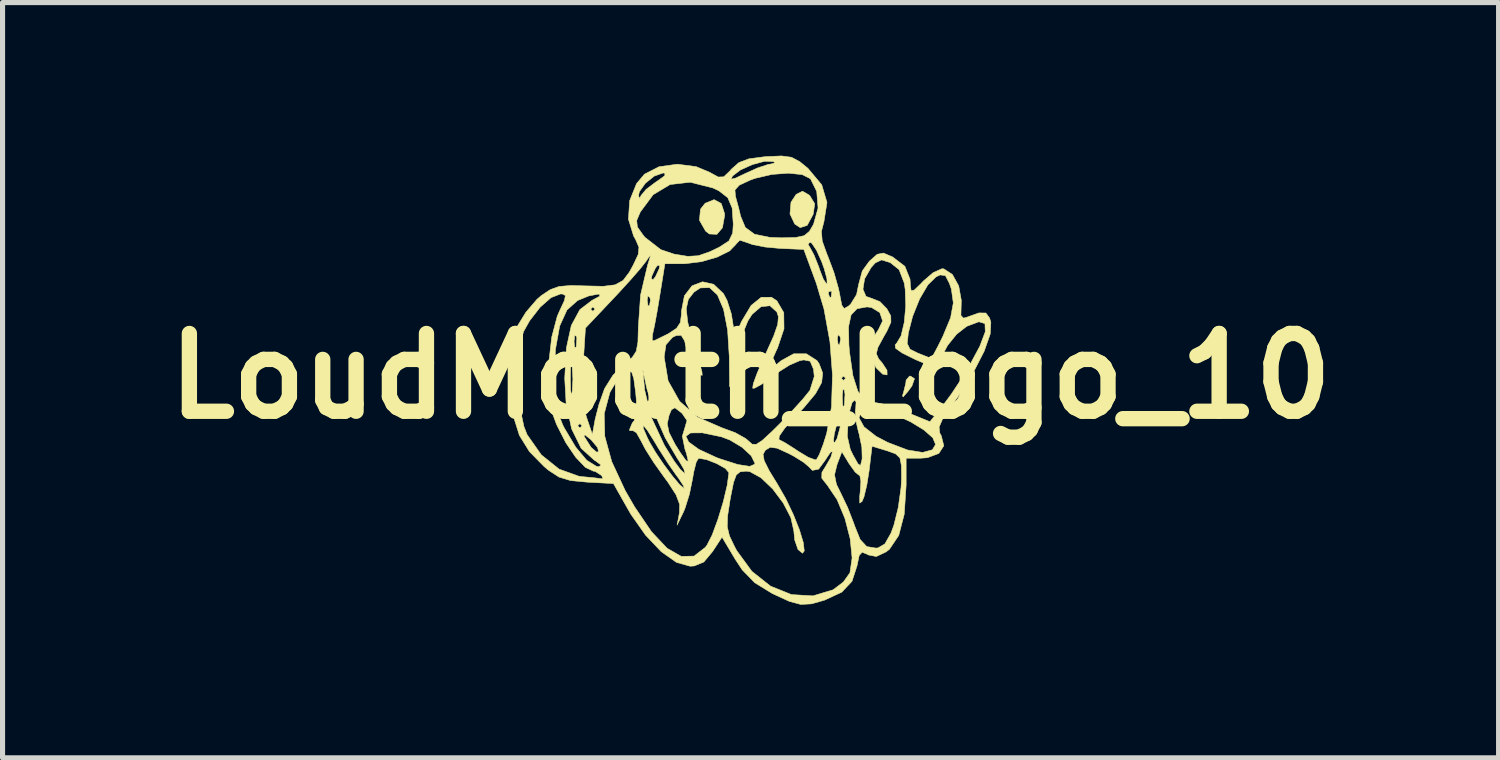
<source format=kicad_pcb>
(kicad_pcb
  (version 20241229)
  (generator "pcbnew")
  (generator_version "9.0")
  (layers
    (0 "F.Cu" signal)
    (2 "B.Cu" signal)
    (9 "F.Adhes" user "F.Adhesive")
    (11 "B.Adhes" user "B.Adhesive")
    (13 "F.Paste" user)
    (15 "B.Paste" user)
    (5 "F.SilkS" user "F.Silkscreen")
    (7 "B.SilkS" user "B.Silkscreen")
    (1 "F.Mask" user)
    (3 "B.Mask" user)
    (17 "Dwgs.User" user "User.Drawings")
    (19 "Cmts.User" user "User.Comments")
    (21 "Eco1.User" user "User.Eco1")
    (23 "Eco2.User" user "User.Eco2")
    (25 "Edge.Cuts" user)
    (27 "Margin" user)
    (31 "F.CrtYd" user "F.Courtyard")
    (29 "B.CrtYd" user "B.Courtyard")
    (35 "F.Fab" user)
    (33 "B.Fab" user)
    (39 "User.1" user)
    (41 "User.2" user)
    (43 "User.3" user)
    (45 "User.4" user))
  (footprint "LoudMouth_Logo_10"
    (layer "F.Cu")
    (at 11.655 4.318)
    (property "Reference" "LoudMouth_Logo_10" (at 0 0 0) (layer "F.SilkS") (effects (font (size 1.524 1.524) (thickness 0.3))))
    (attr through_hole)
    (fp_poly (pts (xy 3.212 0.051) (xy 3.162 0.193) (xy 3.083 0.301) (xy 2.989 0.409) (xy 2.977 0.385) (xy 2.999 0.311) (xy 3.041 0.141) (xy 3.048 0.078) (xy 3.113 0.002) (xy 3.133 0) (xy 3.212 0.051)) (stroke (width 0.01) (type solid)) (fill yes) (layer "F.SilkS"))
    (fp_poly (pts (xy -0.574 -3.381) (xy -0.509 -3.183) (xy -0.508 -3.146) (xy -0.551 -2.905) (xy -0.66 -2.777) (xy -0.807 -2.784) (xy -0.88 -2.839) (xy -1.002 -3.053) (xy -0.981 -3.27) (xy -0.89 -3.386) (xy -0.714 -3.457) (xy -0.574 -3.381)) (stroke (width 0.01) (type solid)) (fill yes) (layer "F.SilkS"))
    (fp_poly (pts (xy 1.142 -3.55) (xy 1.164 -3.529) (xy 1.257 -3.376) (xy 1.228 -3.176) (xy 1.223 -3.162) (xy 1.109 -2.952) (xy 0.973 -2.908) (xy 0.865 -2.979) (xy 0.772 -3.176) (xy 0.792 -3.406) (xy 0.893 -3.56) (xy 1.018 -3.622) (xy 1.142 -3.55)) (stroke (width 0.01) (type solid)) (fill yes) (layer "F.SilkS"))
    (fp_poly (pts (xy 0.801 -4.287) (xy 0.961 -4.203) (xy 1.124 -4.07) (xy 1.394 -3.748) (xy 1.497 -3.401) (xy 1.438 -3.029) (xy 1.388 -2.833) (xy 1.404 -2.646) (xy 1.494 -2.395) (xy 1.516 -2.342) (xy 1.634 -2.028) (xy 1.724 -1.711) (xy 1.747 -1.598) (xy 1.787 -1.39) (xy 1.833 -1.323) (xy 1.917 -1.37) (xy 1.959 -1.407) (xy 2.077 -1.597) (xy 2.117 -1.795) (xy 2.189 -2.06) (xy 2.327 -2.25) (xy 2.481 -2.386) (xy 2.603 -2.41) (xy 2.774 -2.338) (xy 2.783 -2.334) (xy 3.023 -2.151) (xy 3.124 -1.898) (xy 3.133 -1.762) (xy 3.146 -1.671) (xy 3.207 -1.685) (xy 3.342 -1.815) (xy 3.384 -1.86) (xy 3.577 -2.026) (xy 3.746 -2.102) (xy 3.785 -2.101) (xy 3.954 -1.991) (xy 4.078 -1.767) (xy 4.129 -1.483) (xy 4.126 -1.373) (xy 4.121 -1.188) (xy 4.171 -1.135) (xy 4.229 -1.15) (xy 4.472 -1.237) (xy 4.61 -1.236) (xy 4.683 -1.137) (xy 4.708 -1.054) (xy 4.695 -0.823) (xy 4.578 -0.489) (xy 4.366 -0.075) (xy 4.069 0.396) (xy 3.92 0.609) (xy 3.76 0.846) (xy 3.694 0.999) (xy 3.707 1.115) (xy 3.738 1.174) (xy 3.786 1.366) (xy 3.688 1.516) (xy 3.466 1.599) (xy 3.334 1.609) (xy 3.048 1.609) (xy 3.048 2.138) (xy 3.011 2.705) (xy 2.903 3.122) (xy 2.721 3.393) (xy 2.654 3.445) (xy 2.464 3.535) (xy 2.31 3.505) (xy 2.288 3.492) (xy 2.186 3.451) (xy 2.128 3.515) (xy 2.086 3.717) (xy 1.987 4.021) (xy 1.786 4.234) (xy 1.449 4.39) (xy 1.448 4.391) (xy 1.192 4.463) (xy 0.983 4.474) (xy 0.759 4.414) (xy 0.46 4.276) (xy 0.417 4.255) (xy 0.082 4.049) (xy -0.163 3.797) (xy -0.301 3.588) (xy -0.559 3.155) (xy -0.746 3.44) (xy -0.916 3.643) (xy -1.103 3.72) (xy -1.186 3.725) (xy -1.452 3.65) (xy -1.751 3.439) (xy -2.057 3.117) (xy -2.345 2.707) (xy -2.402 2.608) (xy -2.686 2.106) (xy -3.205 2.078) (xy -3.527 2.047) (xy -3.754 1.978) (xy -3.957 1.846) (xy -4.043 1.774) (xy -4.333 1.479) (xy -4.529 1.162) (xy -4.65 0.778) (xy -4.714 0.281) (xy -4.722 0.158) (xy -4.737 -0.214) (xy -4.558 -0.214) (xy -4.555 0.215) (xy -4.515 0.635) (xy -4.441 0.987) (xy -4.379 1.146) (xy -4.1 1.543) (xy -3.751 1.823) (xy -3.364 1.962) (xy -3.302 1.97) (xy -3.068 1.992) (xy -2.919 2.011) (xy -2.895 2.017) (xy -2.904 1.977) (xy -2.921 1.947) (xy -3.045 1.867) (xy -3.079 1.863) (xy -3.236 1.789) (xy -3.425 1.592) (xy -3.62 1.305) (xy -3.794 0.963) (xy -3.807 0.933) (xy -3.907 0.664) (xy -3.959 0.419) (xy -3.973 0.133) (xy -3.967 0) (xy -3.846 0) (xy -3.834 0.394) (xy -3.784 0.688) (xy -3.683 0.95) (xy -3.65 1.016) (xy -3.425 1.393) (xy -3.209 1.65) (xy -3.018 1.769) (xy -2.97 1.775) (xy -2.929 1.743) (xy -3.039 1.661) (xy -3.058 1.651) (xy -3.319 1.415) (xy -3.44 1.169) (xy -3.266 1.169) (xy -3.258 1.185) (xy -3.124 1.397) (xy -3.016 1.49) (xy -2.977 1.481) (xy -2.999 1.398) (xy -3.114 1.26) (xy -3.128 1.246) (xy -3.241 1.154) (xy -3.266 1.169) (xy -3.44 1.169) (xy -3.505 1.037) (xy -3.519 0.974) (xy -3.387 0.974) (xy -3.344 1.016) (xy -3.302 0.974) (xy -3.344 0.931) (xy -3.387 0.974) (xy -3.519 0.974) (xy -3.564 0.762) (xy -3.471 0.762) (xy -3.44 0.832) (xy -3.415 0.818) (xy -3.405 0.718) (xy -3.415 0.706) (xy -3.465 0.717) (xy -3.471 0.762) (xy -3.564 0.762) (xy -3.614 0.531) (xy -3.641 0.045) (xy -3.641 0.042) (xy -3.53 0.042) (xy -3.525 0.267) (xy -3.513 0.366) (xy -3.498 0.324) (xy -3.289 0.324) (xy -3.236 0.729) (xy -3.212 0.812) (xy -3.099 1.143) (xy -3.045 0.847) (xy -3.017 0.736) (xy -2.867 0.736) (xy -2.856 1.179) (xy -2.72 1.676) (xy -2.455 2.245) (xy -2.272 2.562) (xy -1.941 3.049) (xy -1.636 3.373) (xy -1.358 3.532) (xy -1.107 3.527) (xy -0.887 3.356) (xy -0.854 3.312) (xy -0.753 3.114) (xy -0.693 2.952) (xy -0.457 2.952) (xy -0.414 3.13) (xy -0.313 3.342) (xy -0.271 3.42) (xy 0.025 3.825) (xy 0.392 4.116) (xy 0.802 4.281) (xy 1.223 4.306) (xy 1.617 4.187) (xy 1.818 4.035) (xy 1.946 3.855) (xy 1.947 3.854) (xy 1.989 3.564) (xy 1.952 3.191) (xy 1.849 2.791) (xy 1.696 2.423) (xy 1.508 2.144) (xy 1.395 2) (xy 1.396 1.934) (xy 1.645 1.934) (xy 1.683 2.122) (xy 1.763 2.284) (xy 1.902 2.575) (xy 2.024 2.889) (xy 2.034 2.921) (xy 2.146 3.2) (xy 2.276 3.34) (xy 2.454 3.37) (xy 2.498 3.366) (xy 2.631 3.288) (xy 2.751 3.077) (xy 2.808 2.921) (xy 2.894 2.574) (xy 2.948 2.184) (xy 2.957 2.025) (xy 2.955 1.755) (xy 2.926 1.604) (xy 2.842 1.524) (xy 2.68 1.465) (xy 2.672 1.463) (xy 2.38 1.374) (xy 2.323 1.851) (xy 2.277 2.138) (xy 2.222 2.366) (xy 2.185 2.455) (xy 2.139 2.488) (xy 2.137 2.364) (xy 2.148 2.265) (xy 2.161 2.062) (xy 2.142 1.953) (xy 2.131 1.947) (xy 2.05 1.882) (xy 1.937 1.725) (xy 1.93 1.715) (xy 1.789 1.483) (xy 1.694 1.734) (xy 1.645 1.934) (xy 1.396 1.934) (xy 1.398 1.886) (xy 1.473 1.765) (xy 1.572 1.593) (xy 1.605 1.484) (xy 1.57 1.487) (xy 1.487 1.609) (xy 1.476 1.63) (xy 1.334 1.823) (xy 1.211 1.848) (xy 1.142 1.777) (xy 1.039 1.689) (xy 0.842 1.567) (xy 0.745 1.516) (xy 0.519 1.413) (xy 0.384 1.395) (xy 0.289 1.453) (xy 0.245 1.535) (xy 0.267 1.657) (xy 0.365 1.853) (xy 0.523 2.111) (xy 0.69 2.402) (xy 0.839 2.715) (xy 0.958 3.014) (xy 1.033 3.262) (xy 1.052 3.426) (xy 1.017 3.471) (xy 0.929 3.397) (xy 0.865 3.212) (xy 0.847 3.03) (xy 0.789 2.774) (xy 0.64 2.487) (xy 0.434 2.212) (xy 0.205 1.993) (xy -0.012 1.873) (xy -0.082 1.863) (xy -0.202 1.875) (xy -0.279 1.936) (xy -0.334 2.084) (xy -0.388 2.354) (xy -0.402 2.431) (xy -0.45 2.741) (xy -0.457 2.952) (xy -0.693 2.952) (xy -0.641 2.811) (xy -0.536 2.467) (xy -0.458 2.141) (xy -0.425 1.898) (xy -0.425 1.892) (xy -0.494 1.81) (xy -0.662 1.715) (xy -0.862 1.637) (xy -1.018 1.609) (xy -1.064 1.684) (xy -1.113 1.877) (xy -1.136 2.011) (xy -1.198 2.315) (xy -1.286 2.595) (xy -1.317 2.667) (xy -1.44 2.921) (xy -1.394 2.68) (xy -1.39 2.512) (xy -1.46 2.326) (xy -1.621 2.077) (xy -1.695 1.977) (xy -1.893 1.699) (xy -2.06 1.435) (xy -2.149 1.265) (xy -2.236 1.11) (xy -2.307 1.067) (xy -2.313 1.071) (xy -2.368 1.069) (xy -2.371 1.047) (xy -2.359 1.019) (xy -2.103 1.019) (xy -2.019 1.214) (xy -1.978 1.295) (xy -1.86 1.496) (xy -1.702 1.73) (xy -1.535 1.954) (xy -1.391 2.125) (xy -1.304 2.201) (xy -1.299 2.201) (xy -1.318 2.143) (xy -1.415 1.996) (xy -1.455 1.943) (xy -1.616 1.712) (xy -1.801 1.422) (xy -1.882 1.286) (xy -2.027 1.055) (xy -2.103 0.966) (xy -2.103 1.019) (xy -2.359 1.019) (xy -2.317 0.918) (xy -2.284 0.878) (xy -2.24 0.738) (xy -2.238 0.472) (xy -2.252 0.317) (xy -2.288 0.052) (xy -2.328 -0.076) (xy -2.389 -0.098) (xy -2.472 -0.057) (xy -2.617 0.087) (xy -2.748 0.305) (xy -2.758 0.328) (xy -2.867 0.736) (xy -3.017 0.736) (xy -2.971 0.558) (xy -2.866 0.261) (xy -2.86 0.245) (xy -2.698 -0.014) (xy -2.588 -0.127) (xy -2.112 -0.127) (xy -2.074 0.275) (xy -1.953 0.789) (xy -1.688 1.357) (xy -1.496 1.667) (xy -1.374 1.831) (xy -1.294 1.906) (xy -1.284 1.905) (xy -1.307 1.823) (xy -1.403 1.66) (xy -1.433 1.617) (xy -1.671 1.213) (xy -1.794 0.933) (xy -1.632 0.933) (xy -1.597 1.105) (xy -1.479 1.336) (xy -1.374 1.503) (xy -1.261 1.66) (xy -1.221 1.667) (xy -1.255 1.521) (xy -1.287 1.427) (xy -1.337 1.179) (xy -1.266 1.179) (xy -1.213 1.291) (xy -1.014 1.435) (xy -0.67 1.595) (xy -0.605 1.619) (xy -0.249 1.733) (xy -0.016 1.769) (xy 0.082 1.726) (xy 0.085 1.709) (xy 0.013 1.562) (xy -0.166 1.396) (xy -0.404 1.253) (xy -0.571 1.19) (xy -0.944 1.112) (xy -1.176 1.114) (xy -1.266 1.179) (xy -1.337 1.179) (xy -1.337 1.178) (xy -1.287 1.012) (xy -1.246 0.871) (xy -1.34 0.733) (xy -1.358 0.717) (xy -1.482 0.621) (xy -1.55 0.659) (xy -1.597 0.771) (xy -1.632 0.933) (xy -1.794 0.933) (xy -1.883 0.731) (xy -2.028 0.259) (xy -2.035 0.231) (xy -2.112 -0.127) (xy -2.588 -0.127) (xy -2.496 -0.221) (xy -1.915 -0.221) (xy -1.908 -0.169) (xy -1.873 0.089) (xy -1.864 0.25) (xy -1.84 0.387) (xy -1.777 0.371) (xy -1.744 0.227) (xy -1.818 -0.041) (xy -1.821 -0.048) (xy -1.888 -0.202) (xy -1.915 -0.221) (xy -2.496 -0.221) (xy -2.483 -0.234) (xy -2.465 -0.247) (xy -2.319 -0.365) (xy -2.312 -0.375) (xy -1.693 -0.375) (xy -1.615 0.094) (xy -1.39 0.494) (xy -1.034 0.807) (xy -0.564 1.012) (xy -0.302 1.108) (xy -0.095 1.224) (xy -0.044 1.268) (xy 0.031 1.334) (xy 0.112 1.337) (xy 0.23 1.26) (xy 0.416 1.088) (xy 0.565 0.941) (xy 0.809 0.688) (xy 1.019 0.457) (xy 1.153 0.292) (xy 1.164 0.276) (xy 1.248 0.007) (xy 1.233 -0.135) (xy 1.167 -0.291) (xy 1.041 -0.317) (xy 0.96 -0.3) (xy 0.763 -0.215) (xy 0.518 -0.061) (xy 0.413 0.018) (xy 0.217 0.161) (xy 0.078 0.237) (xy 0.041 0.238) (xy 0.054 0.147) (xy 0.129 -0.057) (xy 0.25 -0.337) (xy 0.301 -0.447) (xy 0.453 -0.785) (xy 0.532 -1.012) (xy 0.545 -1.164) (xy 0.515 -1.256) (xy 0.38 -1.378) (xy 0.205 -1.359) (xy 0.03 -1.21) (xy -0.053 -1.08) (xy -0.143 -0.857) (xy -0.238 -0.547) (xy -0.297 -0.307) (xy -0.41 0.212) (xy -0.417 -0.381) (xy -0.45 -0.901) (xy -0.529 -1.308) (xy -0.649 -1.589) (xy -0.804 -1.733) (xy -0.985 -1.727) (xy -1.108 -1.645) (xy -1.219 -1.503) (xy -1.26 -1.319) (xy -1.232 -1.059) (xy -1.135 -0.686) (xy -1.102 -0.579) (xy -1.004 -0.266) (xy -0.953 -0.087) (xy -0.947 -0.015) (xy -0.982 -0.023) (xy -1.053 -0.08) (xy -1.156 -0.231) (xy -1.232 -0.45) (xy -1.294 -0.693) (xy -1.359 -0.798) (xy -1.456 -0.794) (xy -1.529 -0.759) (xy -1.658 -0.613) (xy -1.693 -0.375) (xy -2.312 -0.375) (xy -2.239 -0.489) (xy -2.206 -0.674) (xy -2.206 -0.702) (xy -1.927 -0.702) (xy -1.893 -0.691) (xy -1.61 -0.83) (xy -1.449 -0.937) (xy -1.375 -1.051) (xy -1.355 -1.207) (xy -1.355 -1.27) (xy -1.296 -1.574) (xy -1.146 -1.769) (xy -0.942 -1.847) (xy -0.724 -1.799) (xy -0.531 -1.616) (xy -0.46 -1.481) (xy -0.376 -1.216) (xy -0.337 -0.968) (xy -0.337 -0.955) (xy -0.33 -0.826) (xy -0.3 -0.822) (xy -0.229 -0.954) (xy -0.175 -1.073) (xy 0.011 -1.384) (xy 0.209 -1.544) (xy 0.409 -1.545) (xy 0.515 -1.475) (xy 0.651 -1.243) (xy 0.655 -0.927) (xy 0.528 -0.548) (xy 0.506 -0.505) (xy 0.404 -0.274) (xy 0.402 -0.179) (xy 0.501 -0.22) (xy 0.597 -0.3) (xy 0.843 -0.436) (xy 1.095 -0.436) (xy 1.301 -0.304) (xy 1.345 -0.239) (xy 1.413 -0.059) (xy 1.393 0.126) (xy 1.273 0.345) (xy 1.039 0.625) (xy 0.853 0.819) (xy 0.67 1.022) (xy 0.563 1.174) (xy 0.555 1.243) (xy 0.677 1.307) (xy 0.871 1.43) (xy 0.936 1.474) (xy 1.13 1.591) (xy 1.266 1.641) (xy 1.29 1.638) (xy 1.345 1.542) (xy 1.425 1.333) (xy 1.445 1.27) (xy 1.624 1.27) (xy 1.642 1.313) (xy 1.693 1.228) (xy 1.707 1.178) (xy 1.895 1.178) (xy 1.954 1.436) (xy 2.006 1.544) (xy 2.104 1.718) (xy 2.152 1.753) (xy 2.178 1.66) (xy 2.186 1.613) (xy 2.18 1.395) (xy 2.125 1.129) (xy 2.113 1.09) (xy 2.058 0.853) (xy 2.057 0.817) (xy 2.125 0.817) (xy 2.222 0.994) (xy 2.461 1.181) (xy 2.69 1.301) (xy 3.076 1.448) (xy 3.372 1.496) (xy 3.562 1.444) (xy 3.624 1.34) (xy 3.57 1.209) (xy 3.395 1.055) (xy 3.141 0.9) (xy 2.851 0.763) (xy 2.566 0.664) (xy 2.329 0.624) (xy 2.184 0.661) (xy 2.183 0.662) (xy 2.125 0.817) (xy 2.057 0.817) (xy 2.052 0.669) (xy 2.059 0.644) (xy 2.067 0.508) (xy 2.039 0.47) (xy 1.989 0.52) (xy 1.939 0.694) (xy 1.913 0.847) (xy 1.895 1.178) (xy 1.707 1.178) (xy 1.754 1.005) (xy 1.764 0.889) (xy 1.753 0.796) (xy 1.719 0.856) (xy 1.693 0.931) (xy 1.641 1.131) (xy 1.624 1.27) (xy 1.445 1.27) (xy 1.492 1.119) (xy 1.586 0.6) (xy 1.591 0.423) (xy 1.798 0.423) (xy 1.806 0.577) (xy 1.828 0.596) (xy 1.836 0.572) (xy 1.85 0.357) (xy 1.836 0.275) (xy 1.812 0.249) (xy 1.798 0.366) (xy 1.798 0.423) (xy 1.591 0.423) (xy 1.603 0.042) (xy 1.778 0.042) (xy 1.82 0.085) (xy 1.863 0.042) (xy 1.82 0) (xy 1.778 0.042) (xy 1.603 0.042) (xy 1.605 -0.015) (xy 1.555 -0.672) (xy 1.545 -0.727) (xy 1.7 -0.727) (xy 1.716 -0.617) (xy 1.744 -0.616) (xy 1.765 -0.729) (xy 1.751 -0.778) (xy 1.714 -0.81) (xy 1.7 -0.727) (xy 1.545 -0.727) (xy 1.501 -0.969) (xy 1.92 -0.969) (xy 1.927 -0.607) (xy 1.939 -0.466) (xy 2.005 -0.009) (xy 2.102 0.296) (xy 2.237 0.464) (xy 2.395 0.511) (xy 2.574 0.543) (xy 2.841 0.625) (xy 3.048 0.704) (xy 3.514 0.894) (xy 3.754 0.595) (xy 3.934 0.352) (xy 4.139 0.042) (xy 4.268 -0.169) (xy 4.49 -0.581) (xy 4.598 -0.867) (xy 4.592 -1.028) (xy 4.473 -1.064) (xy 4.241 -0.977) (xy 4.237 -0.976) (xy 4.038 -0.821) (xy 3.859 -0.599) (xy 3.737 -0.367) (xy 3.711 -0.194) (xy 3.654 -0.17) (xy 3.473 -0.22) (xy 3.235 -0.321) (xy 2.969 -0.453) (xy 2.841 -0.544) (xy 2.832 -0.613) (xy 2.857 -0.638) (xy 3.069 -0.638) (xy 3.123 -0.527) (xy 3.275 -0.451) (xy 3.449 -0.382) (xy 3.535 -0.348) (xy 3.535 -0.348) (xy 3.579 -0.412) (xy 3.673 -0.588) (xy 3.767 -0.778) (xy 3.919 -1.143) (xy 3.972 -1.433) (xy 3.934 -1.705) (xy 3.895 -1.818) (xy 3.817 -1.968) (xy 3.716 -1.982) (xy 3.634 -1.944) (xy 3.474 -1.787) (xy 3.313 -1.513) (xy 3.175 -1.17) (xy 3.091 -0.844) (xy 3.069 -0.638) (xy 2.857 -0.638) (xy 2.86 -0.64) (xy 2.949 -0.789) (xy 3.011 -1.052) (xy 3.04 -1.374) (xy 3.029 -1.701) (xy 3.012 -1.819) (xy 2.91 -2.085) (xy 2.737 -2.223) (xy 2.566 -2.276) (xy 2.442 -2.216) (xy 2.361 -2.125) (xy 2.234 -1.905) (xy 2.202 -1.702) (xy 2.262 -1.561) (xy 2.369 -1.524) (xy 2.535 -1.458) (xy 2.671 -1.318) (xy 2.747 -1.179) (xy 2.75 -1.055) (xy 2.672 -0.882) (xy 2.611 -0.775) (xy 2.496 -0.564) (xy 2.464 -0.439) (xy 2.508 -0.339) (xy 2.577 -0.26) (xy 2.673 -0.114) (xy 2.675 -0.022) (xy 2.588 -0.038) (xy 2.462 -0.16) (xy 2.454 -0.171) (xy 2.345 -0.441) (xy 2.383 -0.725) (xy 2.504 -0.908) (xy 2.587 -1.08) (xy 2.532 -1.244) (xy 2.369 -1.344) (xy 2.279 -1.355) (xy 2.087 -1.32) (xy 1.97 -1.199) (xy 1.92 -0.969) (xy 1.501 -0.969) (xy 1.438 -1.316) (xy 1.35 -1.609) (xy 1.524 -1.609) (xy 1.555 -1.539) (xy 1.58 -1.552) (xy 1.591 -1.653) (xy 1.58 -1.665) (xy 1.53 -1.653) (xy 1.524 -1.609) (xy 1.35 -1.609) (xy 1.29 -1.812) (xy 1.043 -2.481) (xy 0.575 -2.501) (xy 0.279 -2.529) (xy 0.031 -2.579) (xy 0.031 -2.579) (xy 1.127 -2.579) (xy 1.164 -2.519) (xy 1.243 -2.373) (xy 1.334 -2.145) (xy 1.352 -2.09) (xy 1.426 -1.898) (xy 1.486 -1.809) (xy 1.499 -1.81) (xy 1.496 -1.906) (xy 1.442 -2.105) (xy 1.394 -2.239) (xy 1.293 -2.463) (xy 1.2 -2.602) (xy 1.163 -2.625) (xy 1.127 -2.579) (xy 0.031 -2.579) (xy -0.065 -2.614) (xy -0.21 -2.662) (xy -0.283 -2.588) (xy -0.284 -2.583) (xy -0.411 -2.451) (xy -0.654 -2.331) (xy -0.962 -2.241) (xy -1.282 -2.202) (xy -1.315 -2.201) (xy -1.678 -2.201) (xy -1.777 -1.587) (xy -1.831 -1.262) (xy -1.882 -0.988) (xy -1.919 -0.82) (xy -1.92 -0.815) (xy -1.927 -0.702) (xy -2.206 -0.702) (xy -2.199 -0.958) (xy -2.162 -1.489) (xy -2.025 -1.489) (xy -2.01 -1.379) (xy -1.981 -1.378) (xy -1.961 -1.491) (xy -1.974 -1.54) (xy -2.012 -1.572) (xy -2.025 -1.489) (xy -2.162 -1.489) (xy -2.155 -1.589) (xy -2.081 -1.905) (xy -1.945 -1.905) (xy -1.91 -1.89) (xy -1.863 -1.947) (xy -1.791 -2.102) (xy -1.781 -2.159) (xy -1.816 -2.174) (xy -1.863 -2.117) (xy -1.934 -1.962) (xy -1.945 -1.905) (xy -2.081 -1.905) (xy -2.016 -2.179) (xy -1.995 -2.244) (xy -1.959 -2.362) (xy -1.988 -2.338) (xy -2.049 -2.246) (xy -2.155 -2.111) (xy -2.345 -1.892) (xy -2.586 -1.628) (xy -2.697 -1.51) (xy -3.235 -0.941) (xy -3.28 -0.23) (xy -3.289 0.324) (xy -3.498 0.324) (xy -3.496 0.319) (xy -3.481 0.062) (xy -3.495 -0.189) (xy -3.512 -0.259) (xy -3.525 -0.177) (xy -3.53 0.039) (xy -3.53 0.042) (xy -3.641 0.042) (xy -3.609 -0.547) (xy -3.581 -0.677) (xy -3.458 -0.677) (xy -3.445 -0.557) (xy -3.415 -0.572) (xy -3.404 -0.745) (xy -3.415 -0.783) (xy -3.446 -0.794) (xy -3.458 -0.677) (xy -3.581 -0.677) (xy -3.512 -0.992) (xy -3.345 -1.301) (xy -3.331 -1.312) (xy -3.133 -1.312) (xy -3.09 -1.27) (xy -3.048 -1.312) (xy -3.09 -1.355) (xy -3.133 -1.312) (xy -3.331 -1.312) (xy -3.105 -1.485) (xy -3.098 -1.488) (xy -2.953 -1.566) (xy -2.962 -1.603) (xy -2.989 -1.605) (xy -3.17 -1.57) (xy -3.388 -1.481) (xy -3.597 -1.295) (xy -3.74 -0.98) (xy -3.822 -0.525) (xy -3.846 0) (xy -3.967 0) (xy -3.957 -0.23) (xy -3.896 -0.762) (xy -3.788 -1.17) (xy -3.745 -1.269) (xy -3.648 -1.478) (xy -3.627 -1.577) (xy -3.681 -1.607) (xy -3.724 -1.609) (xy -3.909 -1.537) (xy -4.123 -1.349) (xy -4.329 -1.083) (xy -4.448 -0.871) (xy -4.523 -0.596) (xy -4.558 -0.214) (xy -4.737 -0.214) (xy -4.737 -0.224) (xy -4.727 -0.494) (xy -4.683 -0.707) (xy -4.598 -0.92) (xy -4.575 -0.968) (xy -4.401 -1.251) (xy -4.185 -1.503) (xy -4.101 -1.576) (xy -3.924 -1.694) (xy -3.75 -1.756) (xy -3.518 -1.775) (xy -3.242 -1.767) (xy -2.885 -1.759) (xy -2.653 -1.788) (xy -2.497 -1.874) (xy -2.375 -2.036) (xy -2.297 -2.179) (xy -2.201 -2.384) (xy -2.187 -2.523) (xy -2.253 -2.677) (xy -2.292 -2.745) (xy -2.385 -3.048) (xy -2.231 -3.048) (xy -2.217 -2.92) (xy -2.102 -2.758) (xy -2.07 -2.719) (xy -1.758 -2.477) (xy -1.499 -2.39) (xy -1.231 -2.346) (xy -1.023 -2.358) (xy -0.796 -2.437) (xy -0.614 -2.525) (xy -0.425 -2.647) (xy -0.35 -2.803) (xy -0.339 -2.976) (xy -0.361 -3.293) (xy -0.446 -3.494) (xy -0.623 -3.632) (xy -0.654 -3.646) (xy -0.306 -3.646) (xy -0.296 -3.523) (xy -0.296 -3.523) (xy -0.233 -3.293) (xy -0.195 -3.133) (xy -0.103 -2.912) (xy 0.078 -2.779) (xy 0.376 -2.718) (xy 0.607 -2.709) (xy 0.887 -2.716) (xy 1.051 -2.751) (xy 1.153 -2.836) (xy 1.234 -2.975) (xy 1.322 -3.291) (xy 1.296 -3.618) (xy 1.174 -3.865) (xy 1.013 -3.947) (xy 0.743 -3.975) (xy 0.419 -3.951) (xy 0.092 -3.875) (xy -0.005 -3.84) (xy -0.221 -3.74) (xy -0.306 -3.646) (xy -0.654 -3.646) (xy -0.74 -3.686) (xy -1.182 -3.798) (xy -1.576 -3.753) (xy -1.908 -3.554) (xy -2.16 -3.215) (xy -2.231 -3.048) (xy -2.385 -3.048) (xy -2.393 -3.072) (xy -2.369 -3.435) (xy -2.329 -3.535) (xy -2.195 -3.535) (xy -2.175 -3.48) (xy -2.143 -3.542) (xy -2.045 -3.659) (xy -1.863 -3.797) (xy -1.832 -3.817) (xy -1.775 -3.857) (xy -0.384 -3.857) (xy -0.296 -3.878) (xy -0.108 -3.967) (xy 0.138 -4.078) (xy 0.343 -4.146) (xy 0.399 -4.155) (xy 0.48 -4.177) (xy 0.445 -4.204) (xy 0.274 -4.208) (xy 0.034 -4.143) (xy -0.2 -4.037) (xy -0.352 -3.921) (xy -0.384 -3.857) (xy -1.775 -3.857) (xy -1.679 -3.927) (xy -1.68 -3.976) (xy -1.714 -3.979) (xy -1.885 -3.919) (xy -2.061 -3.778) (xy -2.178 -3.613) (xy -2.195 -3.535) (xy -2.329 -3.535) (xy -2.234 -3.771) (xy -2.078 -3.956) (xy -1.794 -4.101) (xy -1.435 -4.151) (xy -1.065 -4.103) (xy -0.807 -3.995) (xy -0.633 -3.9) (xy -0.525 -3.904) (xy -0.406 -4.018) (xy -0.376 -4.053) (xy -0.23 -4.182) (xy -0.035 -4.256) (xy 0.265 -4.296) (xy 0.312 -4.3) (xy 0.607 -4.313) (xy 0.801 -4.287)) (stroke (width 0.01) (type solid)) (fill yes) (layer "F.SilkS")))
  (gr_rect
    (start -3 -3)
    (end 26.31 11.797)
    (stroke (width 0.1) (type default))
    (fill no)
    (layer "Edge.Cuts")))
</source>
